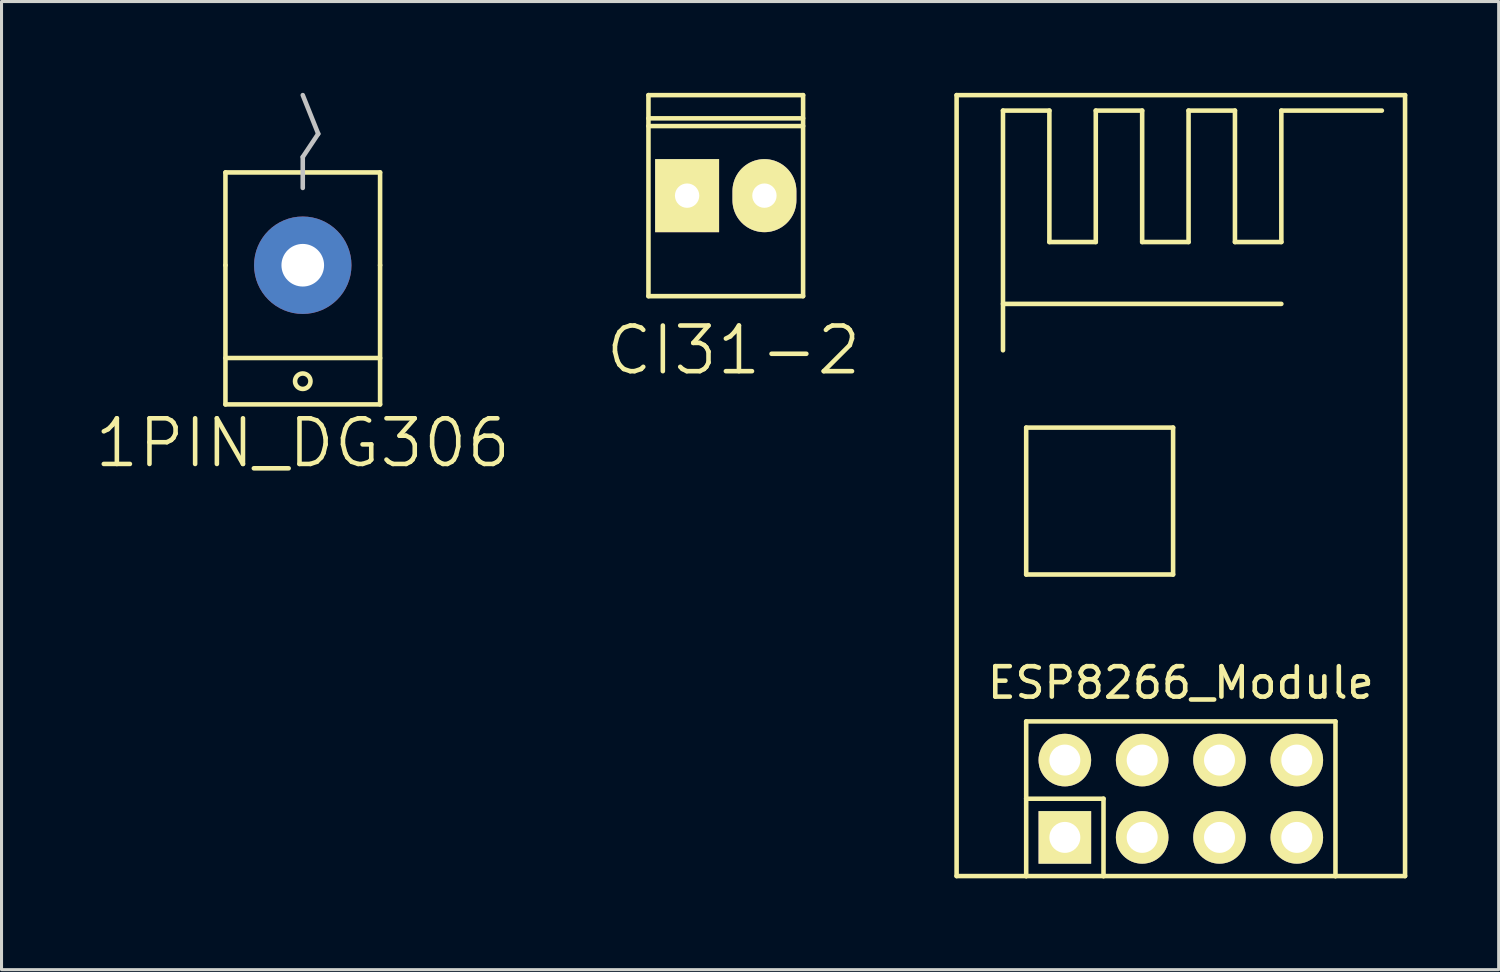
<source format=kicad_pcb>
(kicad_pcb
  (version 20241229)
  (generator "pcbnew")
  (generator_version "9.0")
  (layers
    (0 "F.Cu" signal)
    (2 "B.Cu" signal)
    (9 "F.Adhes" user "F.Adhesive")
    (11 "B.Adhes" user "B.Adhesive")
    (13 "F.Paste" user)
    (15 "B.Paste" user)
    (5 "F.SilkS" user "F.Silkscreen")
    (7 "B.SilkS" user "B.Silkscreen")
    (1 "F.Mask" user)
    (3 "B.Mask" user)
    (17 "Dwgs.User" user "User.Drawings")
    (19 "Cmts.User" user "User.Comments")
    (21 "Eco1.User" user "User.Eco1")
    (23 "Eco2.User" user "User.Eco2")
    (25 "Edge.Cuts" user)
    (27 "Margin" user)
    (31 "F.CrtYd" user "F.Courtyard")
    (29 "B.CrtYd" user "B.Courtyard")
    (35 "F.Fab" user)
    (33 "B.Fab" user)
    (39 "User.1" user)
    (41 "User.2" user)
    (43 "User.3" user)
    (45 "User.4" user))
  (footprint "1PIN_DG306"
    (layer "F.Cu")
    (at 6.896 5.663)
    (property "Reference" "1PIN_DG306" (at 0 5.842 0) (layer "F.SilkS") (effects (font (size 1.5 1.5) (thickness 0.15))))
    (attr through_hole)
    (fp_line (start -2.54 -3.048) (end 2.54 -3.048) (stroke (width 0.15) (type solid)) (layer "F.SilkS"))
    (fp_line (start -2.54 0) (end -2.54 -3.048) (stroke (width 0.15) (type solid)) (layer "F.SilkS"))
    (fp_line (start -2.54 3.048) (end 2.54 3.048) (stroke (width 0.15) (type solid)) (layer "F.SilkS"))
    (fp_line (start -2.54 4.572) (end -2.54 0) (stroke (width 0.15) (type solid)) (layer "F.SilkS"))
    (fp_line (start 2.54 -3.048) (end 2.54 0) (stroke (width 0.15) (type solid)) (layer "F.SilkS"))
    (fp_line (start 2.54 0) (end 2.54 4.572) (stroke (width 0.15) (type solid)) (layer "F.SilkS"))
    (fp_line (start 2.54 4.572) (end -2.54 4.572) (stroke (width 0.15) (type solid)) (layer "F.SilkS"))
    (fp_circle (center 0 3.81) (end 0 4.064) (stroke (width 0.15) (type solid)) (fill no) (layer "F.SilkS"))
    (fp_line (start 0 -3.556) (end 0.508 -4.318) (stroke (width 0.15) (type solid)) (layer "Dwgs.User"))
    (fp_line (start 0 -2.54) (end 0 -3.556) (stroke (width 0.15) (type solid)) (layer "Dwgs.User"))
    (fp_line (start 0.508 -4.318) (end 0 -5.588) (stroke (width 0.15) (type solid)) (layer "Dwgs.User"))
    (pad "1" thru_hole circle (at 0 0) (size 3.2 3.2) (drill 1.4) (layers "*.Cu" "*.Mask")))
  (footprint "CI31-2"
    (layer "F.Cu")
    (at 20.792 3.377)
    (property "Reference" "CI31-2" (at 0.254 5.08 0) (layer "F.SilkS") (effects (font (size 1.5 1.5) (thickness 0.15))))
    (attr through_hole)
    (fp_line (start -2.54 -3.302) (end 2.54 -3.302) (stroke (width 0.15) (type solid)) (layer "F.SilkS"))
    (fp_line (start -2.54 -2.286) (end 2.54 -2.286) (stroke (width 0.15) (type solid)) (layer "F.SilkS"))
    (fp_line (start -2.54 3.302) (end -2.54 -3.302) (stroke (width 0.15) (type solid)) (layer "F.SilkS"))
    (fp_line (start 2.54 -3.302) (end 2.54 3.302) (stroke (width 0.15) (type solid)) (layer "F.SilkS"))
    (fp_line (start 2.54 -2.54) (end -2.54 -2.54) (stroke (width 0.15) (type solid)) (layer "F.SilkS"))
    (fp_line (start 2.54 3.302) (end -2.54 3.302) (stroke (width 0.15) (type solid)) (layer "F.SilkS"))
    (pad "1" thru_hole rect (at -1.27 0) (size 2.1 2.4) (drill 0.8) (layers "*.Cu" "*.Mask" "F.SilkS"))
    (pad "2" thru_hole oval (at 1.27 0) (size 2.1 2.4) (drill 0.8) (layers "*.Cu" "*.Mask" "F.SilkS")))
  (footprint "ESP8266_Module"
    (layer "F.Cu")
    (at 35.741 23.189)
    (property "Reference" "ESP8266_Module" (at 0 -3.81 0) (layer "F.SilkS") (effects (font (size 1 1) (thickness 0.15))))
    (attr through_hole)
    (fp_line (start -7.366 -23.114) (end -7.366 2.54) (stroke (width 0.15) (type solid)) (layer "F.SilkS"))
    (fp_line (start -7.366 2.54) (end -5.08 2.54) (stroke (width 0.15) (type solid)) (layer "F.SilkS"))
    (fp_line (start -5.842 -22.606) (end -4.318 -22.606) (stroke (width 0.15) (type solid)) (layer "F.SilkS"))
    (fp_line (start -5.842 -16.256) (end 3.302 -16.256) (stroke (width 0.15) (type solid)) (layer "F.SilkS"))
    (fp_line (start -5.842 -14.732) (end -5.842 -22.606) (stroke (width 0.15) (type solid)) (layer "F.SilkS"))
    (fp_line (start -5.08 -12.192) (end -5.08 -7.366) (stroke (width 0.15) (type solid)) (layer "F.SilkS"))
    (fp_line (start -5.08 -7.366) (end -0.254 -7.366) (stroke (width 0.15) (type solid)) (layer "F.SilkS"))
    (fp_line (start -5.08 -2.54) (end -5.08 0) (stroke (width 0.15) (type solid)) (layer "F.SilkS"))
    (fp_line (start -5.08 0) (end -2.54 0) (stroke (width 0.15) (type solid)) (layer "F.SilkS"))
    (fp_line (start -5.08 2.54) (end -5.08 0) (stroke (width 0.15) (type solid)) (layer "F.SilkS"))
    (fp_line (start -5.08 2.54) (end -2.54 2.54) (stroke (width 0.15) (type solid)) (layer "F.SilkS"))
    (fp_line (start -4.318 -22.606) (end -4.318 -18.288) (stroke (width 0.15) (type solid)) (layer "F.SilkS"))
    (fp_line (start -4.318 -18.288) (end -2.794 -18.288) (stroke (width 0.15) (type solid)) (layer "F.SilkS"))
    (fp_line (start -2.794 -22.606) (end -1.27 -22.606) (stroke (width 0.15) (type solid)) (layer "F.SilkS"))
    (fp_line (start -2.794 -18.288) (end -2.794 -22.606) (stroke (width 0.15) (type solid)) (layer "F.SilkS"))
    (fp_line (start -2.54 0) (end -2.54 2.54) (stroke (width 0.15) (type solid)) (layer "F.SilkS"))
    (fp_line (start -2.54 2.54) (end 5.08 2.54) (stroke (width 0.15) (type solid)) (layer "F.SilkS"))
    (fp_line (start -1.27 -22.606) (end -1.27 -18.288) (stroke (width 0.15) (type solid)) (layer "F.SilkS"))
    (fp_line (start -1.27 -18.288) (end 0.254 -18.288) (stroke (width 0.15) (type solid)) (layer "F.SilkS"))
    (fp_line (start -0.254 -12.192) (end -5.08 -12.192) (stroke (width 0.15) (type solid)) (layer "F.SilkS"))
    (fp_line (start -0.254 -7.366) (end -0.254 -12.192) (stroke (width 0.15) (type solid)) (layer "F.SilkS"))
    (fp_line (start 0.254 -22.606) (end 1.778 -22.606) (stroke (width 0.15) (type solid)) (layer "F.SilkS"))
    (fp_line (start 0.254 -18.288) (end 0.254 -22.606) (stroke (width 0.15) (type solid)) (layer "F.SilkS"))
    (fp_line (start 1.778 -22.606) (end 1.778 -18.288) (stroke (width 0.15) (type solid)) (layer "F.SilkS"))
    (fp_line (start 1.778 -18.288) (end 3.302 -18.288) (stroke (width 0.15) (type solid)) (layer "F.SilkS"))
    (fp_line (start 3.302 -22.606) (end 6.604 -22.606) (stroke (width 0.15) (type solid)) (layer "F.SilkS"))
    (fp_line (start 3.302 -18.288) (end 3.302 -22.606) (stroke (width 0.15) (type solid)) (layer "F.SilkS"))
    (fp_line (start 5.08 -2.54) (end -5.08 -2.54) (stroke (width 0.15) (type solid)) (layer "F.SilkS"))
    (fp_line (start 5.08 2.54) (end 5.08 -2.54) (stroke (width 0.15) (type solid)) (layer "F.SilkS"))
    (fp_line (start 7.366 -23.114) (end -7.366 -23.114) (stroke (width 0.15) (type solid)) (layer "F.SilkS"))
    (fp_line (start 7.366 2.54) (end 5.08 2.54) (stroke (width 0.15) (type solid)) (layer "F.SilkS"))
    (fp_line (start 7.366 2.54) (end 7.366 -23.114) (stroke (width 0.15) (type solid)) (layer "F.SilkS"))
    (pad "1" thru_hole rect (at -3.81 1.27) (size 1.727 1.727) (drill 1.016) (layers "*.Cu" "*.Mask" "F.SilkS"))
    (pad "2" thru_hole oval (at -3.81 -1.27) (size 1.727 1.727) (drill 1.016) (layers "*.Cu" "*.Mask" "F.SilkS"))
    (pad "3" thru_hole oval (at -1.27 1.27) (size 1.727 1.727) (drill 1.016) (layers "*.Cu" "*.Mask" "F.SilkS"))
    (pad "4" thru_hole oval (at -1.27 -1.27) (size 1.727 1.727) (drill 1.016) (layers "*.Cu" "*.Mask" "F.SilkS"))
    (pad "5" thru_hole oval (at 1.27 1.27) (size 1.727 1.727) (drill 1.016) (layers "*.Cu" "*.Mask" "F.SilkS"))
    (pad "6" thru_hole oval (at 1.27 -1.27) (size 1.727 1.727) (drill 1.016) (layers "*.Cu" "*.Mask" "F.SilkS"))
    (pad "7" thru_hole oval (at 3.81 1.27) (size 1.727 1.727) (drill 1.016) (layers "*.Cu" "*.Mask" "F.SilkS"))
    (pad "8" thru_hole oval (at 3.81 -1.27) (size 1.727 1.727) (drill 1.016) (layers "*.Cu" "*.Mask" "F.SilkS")))
  (gr_rect
    (start -3 -3)
    (end 46.182 28.804)
    (stroke (width 0.1) (type default))
    (fill no)
    (layer "Edge.Cuts")))
</source>
